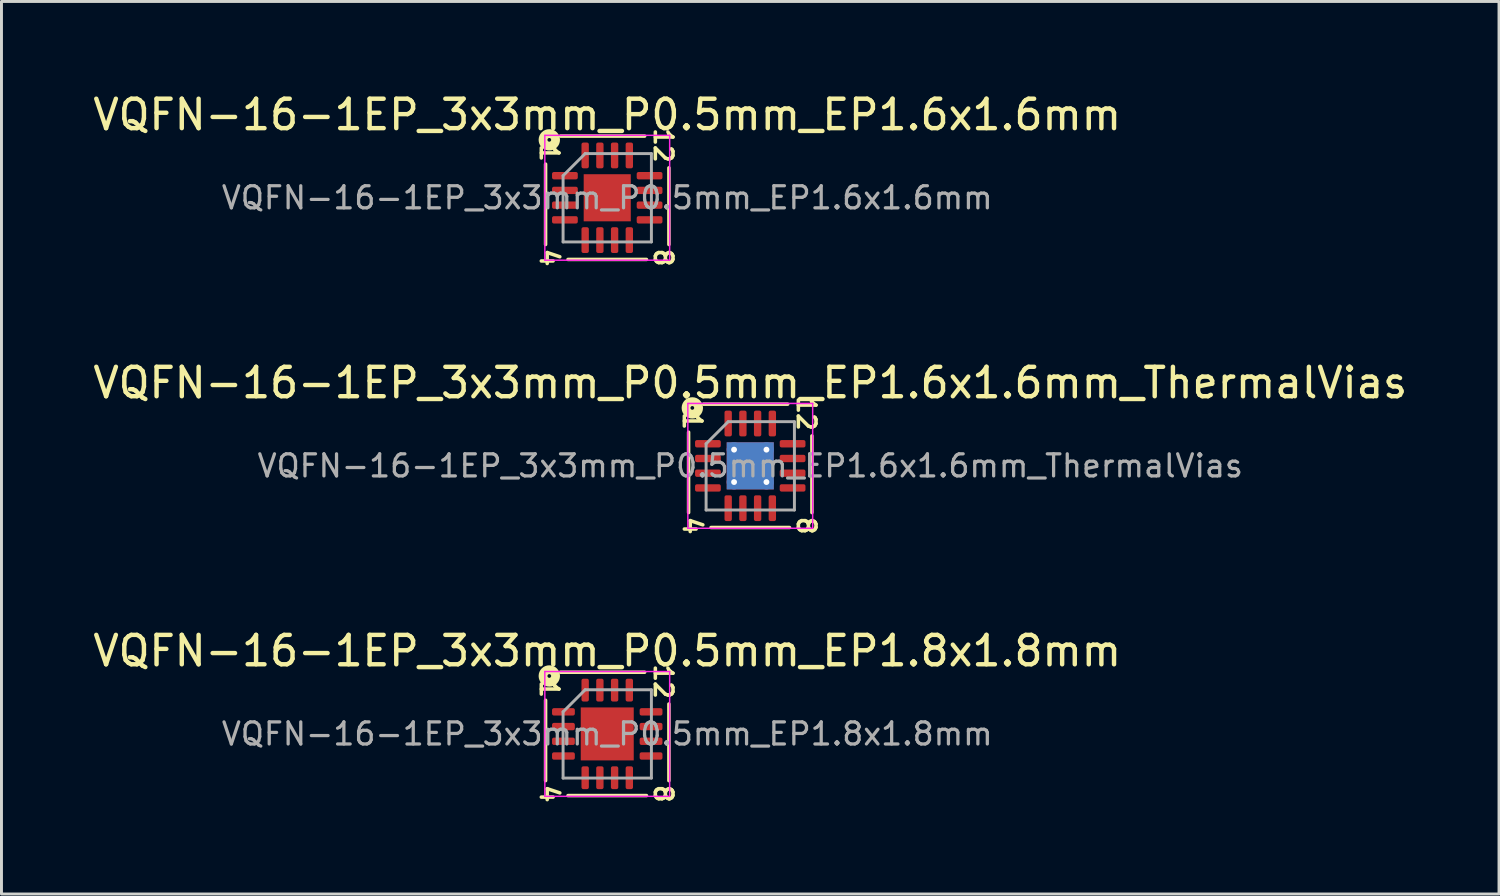
<source format=kicad_pcb>
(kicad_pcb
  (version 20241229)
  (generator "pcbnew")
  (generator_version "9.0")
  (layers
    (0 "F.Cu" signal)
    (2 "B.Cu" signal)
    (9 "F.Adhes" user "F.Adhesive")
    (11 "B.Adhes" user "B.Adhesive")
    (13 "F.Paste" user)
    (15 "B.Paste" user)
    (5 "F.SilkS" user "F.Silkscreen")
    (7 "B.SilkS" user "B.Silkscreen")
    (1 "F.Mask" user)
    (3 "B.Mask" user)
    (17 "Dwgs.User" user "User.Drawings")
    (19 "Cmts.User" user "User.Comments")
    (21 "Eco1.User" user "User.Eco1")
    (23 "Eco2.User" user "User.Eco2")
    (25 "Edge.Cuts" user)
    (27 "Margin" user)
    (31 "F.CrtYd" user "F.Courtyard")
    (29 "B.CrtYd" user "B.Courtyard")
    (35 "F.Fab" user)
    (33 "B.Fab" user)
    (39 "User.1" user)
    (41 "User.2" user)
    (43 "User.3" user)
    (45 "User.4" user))
  (footprint "VQFN-16-1EP_3x3mm_P0.5mm_EP1.8x1.8mm"
    (layer "F.Cu")
    (at 17.577 21.88)
    (property "Reference" "VQFN-16-1EP_3x3mm_P0.5mm_EP1.8x1.8mm" (at 0 -2.82 0) (layer "F.SilkS") (effects (font (size 1 1) (thickness 0.15))))
    (attr smd)
    (fp_line (start -2.095 1.587) (end -2.095 -1.143) (stroke (width 0.12) (type solid)) (layer "F.SilkS"))
    (fp_line (start -1.587 -2.095) (end 1.27 -2.095) (stroke (width 0.12) (type solid)) (layer "F.SilkS"))
    (fp_line (start 1.333 2.095) (end -1.333 2.095) (stroke (width 0.12) (type solid)) (layer "F.SilkS"))
    (fp_line (start 2.095 -1.016) (end 2.095 1.587) (stroke (width 0.12) (type solid)) (layer "F.SilkS"))
    (fp_circle (center -1.968 -1.968) (end -1.905 -1.968) (stroke (width 0.3) (type solid)) (fill no) (layer "F.SilkS"))
    (fp_line (start -2.12 -2.12) (end -2.12 2.12) (stroke (width 0.05) (type solid)) (layer "F.CrtYd"))
    (fp_line (start -2.12 2.12) (end 2.12 2.12) (stroke (width 0.05) (type solid)) (layer "F.CrtYd"))
    (fp_line (start 2.12 -2.12) (end -2.12 -2.12) (stroke (width 0.05) (type solid)) (layer "F.CrtYd"))
    (fp_line (start 2.12 2.12) (end 2.12 -2.12) (stroke (width 0.05) (type solid)) (layer "F.CrtYd"))
    (fp_line (start -1.5 -0.75) (end -0.75 -1.5) (stroke (width 0.1) (type solid)) (layer "F.Fab"))
    (fp_line (start -1.5 1.5) (end -1.5 -0.75) (stroke (width 0.1) (type solid)) (layer "F.Fab"))
    (fp_line (start -0.75 -1.5) (end 1.5 -1.5) (stroke (width 0.1) (type solid)) (layer "F.Fab"))
    (fp_line (start 1.5 -1.5) (end 1.5 1.5) (stroke (width 0.1) (type solid)) (layer "F.Fab"))
    (fp_line (start 1.5 1.5) (end -1.5 1.5) (stroke (width 0.1) (type solid)) (layer "F.Fab"))
    (fp_text user "4" (at -1.968 2.032 270) (unlocked yes) (layer "F.SilkS") (effects (font (size 0.6 0.6) (thickness 0.12))))
    (fp_text user "12" (at 1.905 -1.778 270) (unlocked yes) (layer "F.SilkS") (effects (font (size 0.6 0.6) (thickness 0.12))))
    (fp_text user "1" (at -1.968 -1.524 270) (unlocked yes) (layer "F.SilkS") (effects (font (size 0.6 0.6) (thickness 0.12))))
    (fp_text user "8" (at 1.905 2.032 270) (unlocked yes) (layer "F.SilkS") (effects (font (size 0.6 0.6) (thickness 0.12))))
    (fp_text user "${REFERENCE}" (at 0 0 0) (layer "F.Fab") (effects (font (size 0.75 0.75) (thickness 0.11))))
    (pad "" smd roundrect (at -0.45 -0.45) (size 0.73 0.73) (layers "F.Paste") (roundrect_rratio 0.25))
    (pad "" smd roundrect (at -0.45 0.45) (size 0.73 0.73) (layers "F.Paste") (roundrect_rratio 0.25))
    (pad "" smd roundrect (at 0.45 -0.45) (size 0.73 0.73) (layers "F.Paste") (roundrect_rratio 0.25))
    (pad "" smd roundrect (at 0.45 0.45) (size 0.73 0.73) (layers "F.Paste") (roundrect_rratio 0.25))
    (pad "1" smd roundrect (at -1.488 -0.75) (size 0.775 0.25) (layers "F.Cu" "F.Mask" "F.Paste") (roundrect_rratio 0.25))
    (pad "2" smd roundrect (at -1.488 -0.25) (size 0.775 0.25) (layers "F.Cu" "F.Mask" "F.Paste") (roundrect_rratio 0.25))
    (pad "3" smd roundrect (at -1.488 0.25) (size 0.775 0.25) (layers "F.Cu" "F.Mask" "F.Paste") (roundrect_rratio 0.25))
    (pad "4" smd roundrect (at -1.488 0.75) (size 0.775 0.25) (layers "F.Cu" "F.Mask" "F.Paste") (roundrect_rratio 0.25))
    (pad "5" smd roundrect (at -0.75 1.488) (size 0.25 0.775) (layers "F.Cu" "F.Mask" "F.Paste") (roundrect_rratio 0.25))
    (pad "6" smd roundrect (at -0.25 1.488) (size 0.25 0.775) (layers "F.Cu" "F.Mask" "F.Paste") (roundrect_rratio 0.25))
    (pad "7" smd roundrect (at 0.25 1.488) (size 0.25 0.775) (layers "F.Cu" "F.Mask" "F.Paste") (roundrect_rratio 0.25))
    (pad "8" smd roundrect (at 0.75 1.488) (size 0.25 0.775) (layers "F.Cu" "F.Mask" "F.Paste") (roundrect_rratio 0.25))
    (pad "9" smd roundrect (at 1.488 0.75) (size 0.775 0.25) (layers "F.Cu" "F.Mask" "F.Paste") (roundrect_rratio 0.25))
    (pad "10" smd roundrect (at 1.488 0.25) (size 0.775 0.25) (layers "F.Cu" "F.Mask" "F.Paste") (roundrect_rratio 0.25))
    (pad "11" smd roundrect (at 1.488 -0.25) (size 0.775 0.25) (layers "F.Cu" "F.Mask" "F.Paste") (roundrect_rratio 0.25))
    (pad "12" smd roundrect (at 1.488 -0.75) (size 0.775 0.25) (layers "F.Cu" "F.Mask" "F.Paste") (roundrect_rratio 0.25))
    (pad "13" smd roundrect (at 0.75 -1.488) (size 0.25 0.775) (layers "F.Cu" "F.Mask" "F.Paste") (roundrect_rratio 0.25))
    (pad "14" smd roundrect (at 0.25 -1.488) (size 0.25 0.775) (layers "F.Cu" "F.Mask" "F.Paste") (roundrect_rratio 0.25))
    (pad "15" smd roundrect (at -0.25 -1.488) (size 0.25 0.775) (layers "F.Cu" "F.Mask" "F.Paste") (roundrect_rratio 0.25))
    (pad "16" smd roundrect (at -0.75 -1.488) (size 0.25 0.775) (layers "F.Cu" "F.Mask" "F.Paste") (roundrect_rratio 0.25))
    (pad "17" smd rect (at 0 0) (size 1.8 1.8) (layers "F.Cu" "F.Mask")))
  (footprint "VQFN-16-1EP_3x3mm_P0.5mm_EP1.6x1.6mm"
    (layer "F.Cu")
    (at 17.577 3.668)
    (property "Reference" "VQFN-16-1EP_3x3mm_P0.5mm_EP1.6x1.6mm" (at 0 -2.82 0) (layer "F.SilkS") (effects (font (size 1 1) (thickness 0.15))))
    (attr smd)
    (fp_line (start -2.095 1.587) (end -2.095 -1.143) (stroke (width 0.12) (type solid)) (layer "F.SilkS"))
    (fp_line (start -1.587 -2.095) (end 1.27 -2.095) (stroke (width 0.12) (type solid)) (layer "F.SilkS"))
    (fp_line (start 1.333 2.095) (end -1.333 2.095) (stroke (width 0.12) (type solid)) (layer "F.SilkS"))
    (fp_line (start 2.095 -1.016) (end 2.095 1.587) (stroke (width 0.12) (type solid)) (layer "F.SilkS"))
    (fp_circle (center -1.968 -1.968) (end -1.905 -1.968) (stroke (width 0.3) (type solid)) (fill no) (layer "F.SilkS"))
    (fp_line (start -2.12 -2.12) (end -2.12 2.12) (stroke (width 0.05) (type solid)) (layer "F.CrtYd"))
    (fp_line (start -2.12 2.12) (end 2.12 2.12) (stroke (width 0.05) (type solid)) (layer "F.CrtYd"))
    (fp_line (start 2.12 -2.12) (end -2.12 -2.12) (stroke (width 0.05) (type solid)) (layer "F.CrtYd"))
    (fp_line (start 2.12 2.12) (end 2.12 -2.12) (stroke (width 0.05) (type solid)) (layer "F.CrtYd"))
    (fp_line (start -1.5 -0.75) (end -0.75 -1.5) (stroke (width 0.1) (type solid)) (layer "F.Fab"))
    (fp_line (start -1.5 1.5) (end -1.5 -0.75) (stroke (width 0.1) (type solid)) (layer "F.Fab"))
    (fp_line (start -0.75 -1.5) (end 1.5 -1.5) (stroke (width 0.1) (type solid)) (layer "F.Fab"))
    (fp_line (start 1.5 -1.5) (end 1.5 1.5) (stroke (width 0.1) (type solid)) (layer "F.Fab"))
    (fp_line (start 1.5 1.5) (end -1.5 1.5) (stroke (width 0.1) (type solid)) (layer "F.Fab"))
    (fp_text user "8" (at 1.905 2.032 270) (unlocked yes) (layer "F.SilkS") (effects (font (size 0.6 0.6) (thickness 0.12))))
    (fp_text user "12" (at 1.905 -1.778 270) (unlocked yes) (layer "F.SilkS") (effects (font (size 0.6 0.6) (thickness 0.12))))
    (fp_text user "4" (at -1.968 2.032 270) (unlocked yes) (layer "F.SilkS") (effects (font (size 0.6 0.6) (thickness 0.12))))
    (fp_text user "1" (at -1.968 -1.524 270) (unlocked yes) (layer "F.SilkS") (effects (font (size 0.6 0.6) (thickness 0.12))))
    (fp_text user "${REFERENCE}" (at 0 0 0) (layer "F.Fab") (effects (font (size 0.75 0.75) (thickness 0.11))))
    (pad "" smd roundrect (at -0.4 -0.4) (size 0.64 0.64) (layers "F.Paste") (roundrect_rratio 0.25))
    (pad "" smd roundrect (at -0.4 0.4) (size 0.64 0.64) (layers "F.Paste") (roundrect_rratio 0.25))
    (pad "" smd roundrect (at 0.4 -0.4) (size 0.64 0.64) (layers "F.Paste") (roundrect_rratio 0.25))
    (pad "" smd roundrect (at 0.4 0.4) (size 0.64 0.64) (layers "F.Paste") (roundrect_rratio 0.25))
    (pad "1" smd roundrect (at -1.438 -0.75) (size 0.875 0.25) (layers "F.Cu" "F.Mask" "F.Paste") (roundrect_rratio 0.25))
    (pad "2" smd roundrect (at -1.438 -0.25) (size 0.875 0.25) (layers "F.Cu" "F.Mask" "F.Paste") (roundrect_rratio 0.25))
    (pad "3" smd roundrect (at -1.438 0.25) (size 0.875 0.25) (layers "F.Cu" "F.Mask" "F.Paste") (roundrect_rratio 0.25))
    (pad "4" smd roundrect (at -1.438 0.75) (size 0.875 0.25) (layers "F.Cu" "F.Mask" "F.Paste") (roundrect_rratio 0.25))
    (pad "5" smd roundrect (at -0.75 1.438) (size 0.25 0.875) (layers "F.Cu" "F.Mask" "F.Paste") (roundrect_rratio 0.25))
    (pad "6" smd roundrect (at -0.25 1.438) (size 0.25 0.875) (layers "F.Cu" "F.Mask" "F.Paste") (roundrect_rratio 0.25))
    (pad "7" smd roundrect (at 0.25 1.438) (size 0.25 0.875) (layers "F.Cu" "F.Mask" "F.Paste") (roundrect_rratio 0.25))
    (pad "8" smd roundrect (at 0.75 1.438) (size 0.25 0.875) (layers "F.Cu" "F.Mask" "F.Paste") (roundrect_rratio 0.25))
    (pad "9" smd roundrect (at 1.438 0.75) (size 0.875 0.25) (layers "F.Cu" "F.Mask" "F.Paste") (roundrect_rratio 0.25))
    (pad "10" smd roundrect (at 1.438 0.25) (size 0.875 0.25) (layers "F.Cu" "F.Mask" "F.Paste") (roundrect_rratio 0.25))
    (pad "11" smd roundrect (at 1.438 -0.25) (size 0.875 0.25) (layers "F.Cu" "F.Mask" "F.Paste") (roundrect_rratio 0.25))
    (pad "12" smd roundrect (at 1.438 -0.75) (size 0.875 0.25) (layers "F.Cu" "F.Mask" "F.Paste") (roundrect_rratio 0.25))
    (pad "13" smd roundrect (at 0.75 -1.438) (size 0.25 0.875) (layers "F.Cu" "F.Mask" "F.Paste") (roundrect_rratio 0.25))
    (pad "14" smd roundrect (at 0.25 -1.438) (size 0.25 0.875) (layers "F.Cu" "F.Mask" "F.Paste") (roundrect_rratio 0.25))
    (pad "15" smd roundrect (at -0.25 -1.438) (size 0.25 0.875) (layers "F.Cu" "F.Mask" "F.Paste") (roundrect_rratio 0.25))
    (pad "16" smd roundrect (at -0.75 -1.438) (size 0.25 0.875) (layers "F.Cu" "F.Mask" "F.Paste") (roundrect_rratio 0.25))
    (pad "17" smd rect (at 0 0) (size 1.6 1.6) (layers "F.Cu" "F.Mask")))
  (footprint "VQFN-16-1EP_3x3mm_P0.5mm_EP1.6x1.6mm_ThermalVias"
    (layer "F.Cu")
    (at 22.435 12.774)
    (property "Reference" "VQFN-16-1EP_3x3mm_P0.5mm_EP1.6x1.6mm_ThermalVias" (at 0 -2.82 0) (layer "F.SilkS") (effects (font (size 1 1) (thickness 0.15))))
    (attr smd)
    (fp_line (start -2.095 1.587) (end -2.095 -1.143) (stroke (width 0.12) (type solid)) (layer "F.SilkS"))
    (fp_line (start -1.587 -2.095) (end 1.27 -2.095) (stroke (width 0.12) (type solid)) (layer "F.SilkS"))
    (fp_line (start 1.333 2.095) (end -1.333 2.095) (stroke (width 0.12) (type solid)) (layer "F.SilkS"))
    (fp_line (start 2.095 -1.016) (end 2.095 1.587) (stroke (width 0.12) (type solid)) (layer "F.SilkS"))
    (fp_circle (center -1.968 -1.968) (end -1.905 -1.968) (stroke (width 0.3) (type solid)) (fill no) (layer "F.SilkS"))
    (fp_line (start -2.12 -2.12) (end -2.12 2.12) (stroke (width 0.05) (type solid)) (layer "F.CrtYd"))
    (fp_line (start -2.12 2.12) (end 2.12 2.12) (stroke (width 0.05) (type solid)) (layer "F.CrtYd"))
    (fp_line (start 2.12 -2.12) (end -2.12 -2.12) (stroke (width 0.05) (type solid)) (layer "F.CrtYd"))
    (fp_line (start 2.12 2.12) (end 2.12 -2.12) (stroke (width 0.05) (type solid)) (layer "F.CrtYd"))
    (fp_line (start -1.5 -0.75) (end -0.75 -1.5) (stroke (width 0.1) (type solid)) (layer "F.Fab"))
    (fp_line (start -1.5 1.5) (end -1.5 -0.75) (stroke (width 0.1) (type solid)) (layer "F.Fab"))
    (fp_line (start -0.75 -1.5) (end 1.5 -1.5) (stroke (width 0.1) (type solid)) (layer "F.Fab"))
    (fp_line (start 1.5 -1.5) (end 1.5 1.5) (stroke (width 0.1) (type solid)) (layer "F.Fab"))
    (fp_line (start 1.5 1.5) (end -1.5 1.5) (stroke (width 0.1) (type solid)) (layer "F.Fab"))
    (fp_text user "8" (at 1.905 2.032 270) (unlocked yes) (layer "F.SilkS") (effects (font (size 0.6 0.6) (thickness 0.12))))
    (fp_text user "1" (at -1.968 -1.524 270) (unlocked yes) (layer "F.SilkS") (effects (font (size 0.6 0.6) (thickness 0.12))))
    (fp_text user "4" (at -1.968 2.032 270) (unlocked yes) (layer "F.SilkS") (effects (font (size 0.6 0.6) (thickness 0.12))))
    (fp_text user "12" (at 1.905 -1.778 270) (unlocked yes) (layer "F.SilkS") (effects (font (size 0.6 0.6) (thickness 0.12))))
    (fp_text user "${REFERENCE}" (at 0 0 0) (layer "F.Fab") (effects (font (size 0.75 0.75) (thickness 0.11))))
    (pad "" smd roundrect (at -0.4 -0.4) (size 0.69 0.69) (layers "F.Paste") (roundrect_rratio 0.25))
    (pad "" smd roundrect (at -0.4 0.4) (size 0.69 0.69) (layers "F.Paste") (roundrect_rratio 0.25))
    (pad "" smd roundrect (at 0.4 -0.4) (size 0.69 0.69) (layers "F.Paste") (roundrect_rratio 0.25))
    (pad "" smd roundrect (at 0.4 0.4) (size 0.69 0.69) (layers "F.Paste") (roundrect_rratio 0.25))
    (pad "1" smd roundrect (at -1.438 -0.75) (size 0.875 0.25) (layers "F.Cu" "F.Mask" "F.Paste") (roundrect_rratio 0.25))
    (pad "2" smd roundrect (at -1.438 -0.25) (size 0.875 0.25) (layers "F.Cu" "F.Mask" "F.Paste") (roundrect_rratio 0.25))
    (pad "3" smd roundrect (at -1.438 0.25) (size 0.875 0.25) (layers "F.Cu" "F.Mask" "F.Paste") (roundrect_rratio 0.25))
    (pad "4" smd roundrect (at -1.438 0.75) (size 0.875 0.25) (layers "F.Cu" "F.Mask" "F.Paste") (roundrect_rratio 0.25))
    (pad "5" smd roundrect (at -0.75 1.438) (size 0.25 0.875) (layers "F.Cu" "F.Mask" "F.Paste") (roundrect_rratio 0.25))
    (pad "6" smd roundrect (at -0.25 1.438) (size 0.25 0.875) (layers "F.Cu" "F.Mask" "F.Paste") (roundrect_rratio 0.25))
    (pad "7" smd roundrect (at 0.25 1.438) (size 0.25 0.875) (layers "F.Cu" "F.Mask" "F.Paste") (roundrect_rratio 0.25))
    (pad "8" smd roundrect (at 0.75 1.438) (size 0.25 0.875) (layers "F.Cu" "F.Mask" "F.Paste") (roundrect_rratio 0.25))
    (pad "9" smd roundrect (at 1.438 0.75) (size 0.875 0.25) (layers "F.Cu" "F.Mask" "F.Paste") (roundrect_rratio 0.25))
    (pad "10" smd roundrect (at 1.438 0.25) (size 0.875 0.25) (layers "F.Cu" "F.Mask" "F.Paste") (roundrect_rratio 0.25))
    (pad "11" smd roundrect (at 1.438 -0.25) (size 0.875 0.25) (layers "F.Cu" "F.Mask" "F.Paste") (roundrect_rratio 0.25))
    (pad "12" smd roundrect (at 1.438 -0.75) (size 0.875 0.25) (layers "F.Cu" "F.Mask" "F.Paste") (roundrect_rratio 0.25))
    (pad "13" smd roundrect (at 0.75 -1.438) (size 0.25 0.875) (layers "F.Cu" "F.Mask" "F.Paste") (roundrect_rratio 0.25))
    (pad "14" smd roundrect (at 0.25 -1.438) (size 0.25 0.875) (layers "F.Cu" "F.Mask" "F.Paste") (roundrect_rratio 0.25))
    (pad "15" smd roundrect (at -0.25 -1.438) (size 0.25 0.875) (layers "F.Cu" "F.Mask" "F.Paste") (roundrect_rratio 0.25))
    (pad "16" smd roundrect (at -0.75 -1.438) (size 0.25 0.875) (layers "F.Cu" "F.Mask" "F.Paste") (roundrect_rratio 0.25))
    (pad "17" thru_hole circle (at -0.55 -0.55) (size 0.5 0.5) (drill 0.2) (layers "*.Cu"))
    (pad "17" thru_hole circle (at -0.55 0.55) (size 0.5 0.5) (drill 0.2) (layers "*.Cu"))
    (pad "17" smd rect (at 0 0) (size 1.6 1.6) (layers "F.Cu" "F.Mask"))
    (pad "17" smd rect (at 0 0) (size 1.6 1.6) (layers "B.Cu" "B.Mask"))
    (pad "17" thru_hole circle (at 0.55 -0.55) (size 0.5 0.5) (drill 0.2) (layers "*.Cu"))
    (pad "17" thru_hole circle (at 0.55 0.55) (size 0.5 0.5) (drill 0.2) (layers "*.Cu")))
  (gr_rect
    (start -3 -3)
    (end 47.869 27.318)
    (stroke (width 0.1) (type default))
    (fill no)
    (layer "Edge.Cuts")))
</source>
